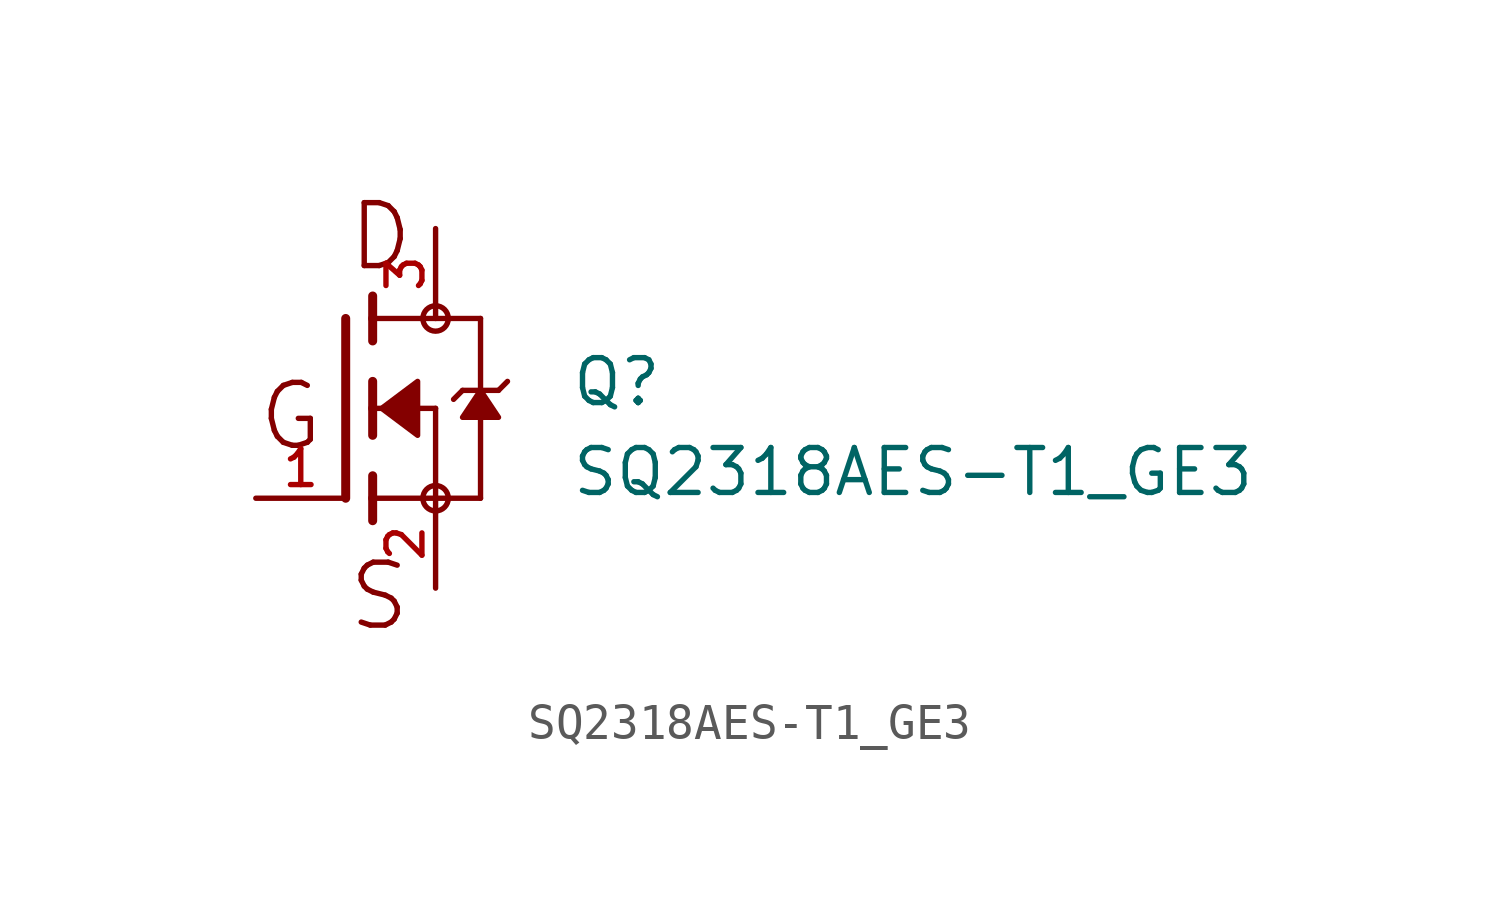
<source format=kicad_sym>
(kicad_symbol_lib
  (version 20211014)
  (generator kicad_symbol_editor)
  (symbol "SQ2318AES-T1_GE3"
    (pin_names
      (offset 1.016))
    (property "Reference" "Q"
      (at 6.35 0.0 0)
      (effects (font (size 1.27 1.27)) (justify bottom left)))
    (property "Value" "SQ2318AES-T1_GE3"
      (at 6.35 -2.54 0)
      (effects (font (size 1.27 1.27)) (justify bottom left)))
    (symbol "SQ2318AES-T1_GE3_0_0"
      (polyline (pts (xy 0.762 0.762) (xy 0.762 0.0)) (stroke (width 0.254)))
      (polyline (pts (xy 0.762 0.0) (xy 0.762 -0.762)) (stroke (width 0.254)))
      (polyline (pts (xy 0.762 3.175) (xy 0.762 2.54)) (stroke (width 0.254)))
      (polyline (pts (xy 0.762 2.54) (xy 0.762 1.905)) (stroke (width 0.254)))
      (polyline (pts (xy 0.762 0.0) (xy 2.54 0.0)) (stroke (width 0.152)))
      (polyline (pts (xy 2.54 0.0) (xy 2.54 -2.54)) (stroke (width 0.152)))
      (polyline (pts (xy 0.762 -1.905) (xy 0.762 -2.54)) (stroke (width 0.254)))
      (polyline (pts (xy 0.762 -2.54) (xy 0.762 -3.175)) (stroke (width 0.254)))
      (polyline (pts (xy 0.0 2.54) (xy 0.0 -2.54)) (stroke (width 0.254)))
      (polyline (pts (xy 2.54 -2.54) (xy 0.762 -2.54)) (stroke (width 0.152)))
      (polyline (pts (xy 3.81 2.54) (xy 3.81 0.508)) (stroke (width 0.152)))
      (polyline (pts (xy 3.81 0.508) (xy 3.81 -2.54)) (stroke (width 0.152)))
      (polyline (pts (xy 2.54 -2.54) (xy 3.81 -2.54)) (stroke (width 0.152)))
      (polyline (pts (xy 0.762 2.54) (xy 3.81 2.54)) (stroke (width 0.152)))
      (polyline (pts (xy 4.572 0.762) (xy 4.318 0.508)) (stroke (width 0.152)))
      (polyline (pts (xy 4.318 0.508) (xy 3.81 0.508)) (stroke (width 0.152)))
      (polyline (pts (xy 3.81 0.508) (xy 3.302 0.508)) (stroke (width 0.152)))
      (polyline (pts (xy 3.302 0.508) (xy 3.048 0.254)) (stroke (width 0.152)))
      (circle (center 2.54 -2.54) (radius 0.359) (stroke (width 0.0)) (fill (type none)))
      (circle (center 2.54 2.54) (radius 0.359) (stroke (width 0.0)) (fill (type none)))
      (polyline (pts (xy 3.81 0.508) (xy 3.302 -0.254) (xy 4.318 -0.254) (xy 3.81 0.508)) (stroke (width 0.152)) (fill (type outline)))
      (polyline (pts (xy 1.016 0.0) (xy 2.032 0.762) (xy 2.032 -0.762) (xy 1.016 0.0)) (stroke (width 0.152)) (fill (type outline)))
      (text "D" (at 0.0 3.81 0) (effects (font (size 1.778 1.778)) (justify bottom left)))
      (text "G" (at -2.54 -1.27 0) (effects (font (size 1.778 1.778)) (justify bottom left)))
      (text "S" (at 0.0 -6.35 0) (effects (font (size 1.778 1.778)) (justify bottom left)))
      (pin passive line (at 2.54 -5.08 90.0) (length 2.54) (name "~" (effects (font (size 1.016 1.016)))) (number "2" (effects (font (size 1.016 1.016)))))
      (pin passive line (at -2.54 -2.54 0) (length 2.54) (name "~" (effects (font (size 1.016 1.016)))) (number "1" (effects (font (size 1.016 1.016)))))
      (pin passive line (at 2.54 5.08 270.0) (length 2.54) (name "~" (effects (font (size 1.016 1.016)))) (number "3" (effects (font (size 1.016 1.016))))))))
</source>
